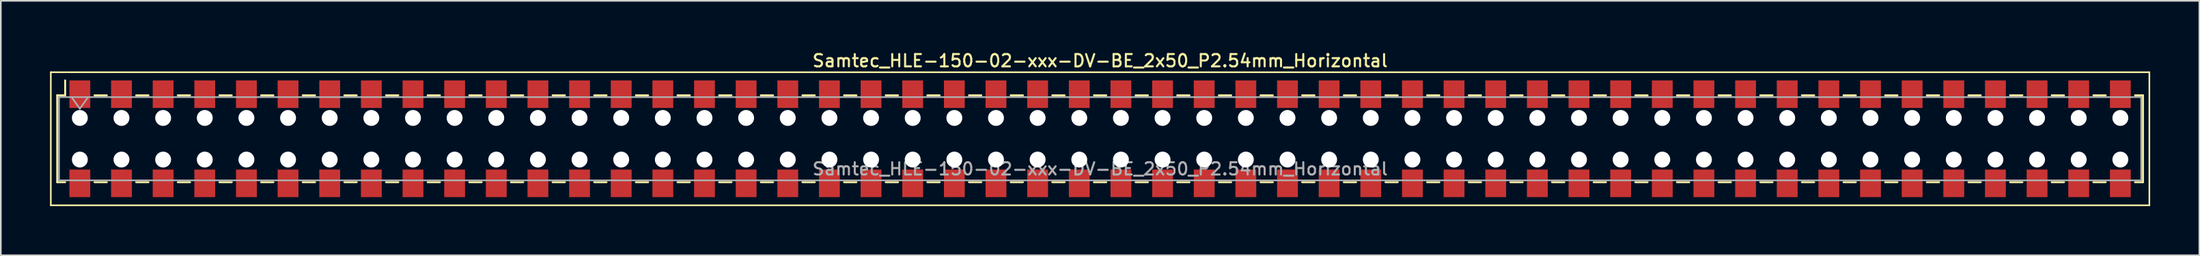
<source format=kicad_pcb>
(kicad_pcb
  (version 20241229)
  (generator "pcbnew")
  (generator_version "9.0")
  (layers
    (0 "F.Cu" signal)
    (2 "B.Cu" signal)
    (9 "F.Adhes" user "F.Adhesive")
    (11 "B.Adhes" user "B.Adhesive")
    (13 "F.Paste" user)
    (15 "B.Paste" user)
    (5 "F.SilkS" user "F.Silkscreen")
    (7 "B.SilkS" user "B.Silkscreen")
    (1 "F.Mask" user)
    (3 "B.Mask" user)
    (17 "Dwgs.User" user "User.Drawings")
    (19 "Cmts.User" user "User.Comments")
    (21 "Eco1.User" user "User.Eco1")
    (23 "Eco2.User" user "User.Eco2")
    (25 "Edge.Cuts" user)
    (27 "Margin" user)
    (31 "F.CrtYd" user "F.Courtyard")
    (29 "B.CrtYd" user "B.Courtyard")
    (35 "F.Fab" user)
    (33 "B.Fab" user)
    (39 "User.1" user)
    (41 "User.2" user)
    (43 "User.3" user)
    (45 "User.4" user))
  (footprint "Samtec_HLE-150-02-xxx-DV-BE_2x50_P2.54mm_Horizontal"
    (layer "F.Cu")
    (at 64.05 5.418)
    (property "Reference" "Samtec_HLE-150-02-xxx-DV-BE_2x50_P2.54mm_Horizontal" (at 0 -4.76 0) (layer "F.SilkS") (effects (font (size 0.75 0.75) (thickness 0.125))))
    (attr smd)
    (fp_line (start -64 -4.06) (end 64 -4.06) (stroke (width 0.1) (type solid)) (layer "F.SilkS"))
    (fp_line (start -64 4.06) (end -64 -4.06) (stroke (width 0.1) (type solid)) (layer "F.SilkS"))
    (fp_line (start -63.61 -2.65) (end -63.61 2.65) (stroke (width 0.12) (type solid)) (layer "F.SilkS"))
    (fp_line (start -63.61 2.65) (end -63.125 2.65) (stroke (width 0.12) (type solid)) (layer "F.SilkS"))
    (fp_line (start -63.125 -3.56) (end -63.125 -2.65) (stroke (width 0.12) (type solid)) (layer "F.SilkS"))
    (fp_line (start -63.125 -2.65) (end -63.61 -2.65) (stroke (width 0.12) (type solid)) (layer "F.SilkS"))
    (fp_line (start -61.335 -2.65) (end -60.585 -2.65) (stroke (width 0.12) (type solid)) (layer "F.SilkS"))
    (fp_line (start -61.335 2.65) (end -60.585 2.65) (stroke (width 0.12) (type solid)) (layer "F.SilkS"))
    (fp_line (start -58.795 -2.65) (end -58.045 -2.65) (stroke (width 0.12) (type solid)) (layer "F.SilkS"))
    (fp_line (start -58.795 2.65) (end -58.045 2.65) (stroke (width 0.12) (type solid)) (layer "F.SilkS"))
    (fp_line (start -56.255 -2.65) (end -55.505 -2.65) (stroke (width 0.12) (type solid)) (layer "F.SilkS"))
    (fp_line (start -56.255 2.65) (end -55.505 2.65) (stroke (width 0.12) (type solid)) (layer "F.SilkS"))
    (fp_line (start -53.715 -2.65) (end -52.965 -2.65) (stroke (width 0.12) (type solid)) (layer "F.SilkS"))
    (fp_line (start -53.715 2.65) (end -52.965 2.65) (stroke (width 0.12) (type solid)) (layer "F.SilkS"))
    (fp_line (start -51.175 -2.65) (end -50.425 -2.65) (stroke (width 0.12) (type solid)) (layer "F.SilkS"))
    (fp_line (start -51.175 2.65) (end -50.425 2.65) (stroke (width 0.12) (type solid)) (layer "F.SilkS"))
    (fp_line (start -48.635 -2.65) (end -47.885 -2.65) (stroke (width 0.12) (type solid)) (layer "F.SilkS"))
    (fp_line (start -48.635 2.65) (end -47.885 2.65) (stroke (width 0.12) (type solid)) (layer "F.SilkS"))
    (fp_line (start -46.095 -2.65) (end -45.345 -2.65) (stroke (width 0.12) (type solid)) (layer "F.SilkS"))
    (fp_line (start -46.095 2.65) (end -45.345 2.65) (stroke (width 0.12) (type solid)) (layer "F.SilkS"))
    (fp_line (start -43.555 -2.65) (end -42.805 -2.65) (stroke (width 0.12) (type solid)) (layer "F.SilkS"))
    (fp_line (start -43.555 2.65) (end -42.805 2.65) (stroke (width 0.12) (type solid)) (layer "F.SilkS"))
    (fp_line (start -41.015 -2.65) (end -40.265 -2.65) (stroke (width 0.12) (type solid)) (layer "F.SilkS"))
    (fp_line (start -41.015 2.65) (end -40.265 2.65) (stroke (width 0.12) (type solid)) (layer "F.SilkS"))
    (fp_line (start -38.475 -2.65) (end -37.725 -2.65) (stroke (width 0.12) (type solid)) (layer "F.SilkS"))
    (fp_line (start -38.475 2.65) (end -37.725 2.65) (stroke (width 0.12) (type solid)) (layer "F.SilkS"))
    (fp_line (start -35.935 -2.65) (end -35.185 -2.65) (stroke (width 0.12) (type solid)) (layer "F.SilkS"))
    (fp_line (start -35.935 2.65) (end -35.185 2.65) (stroke (width 0.12) (type solid)) (layer "F.SilkS"))
    (fp_line (start -33.395 -2.65) (end -32.645 -2.65) (stroke (width 0.12) (type solid)) (layer "F.SilkS"))
    (fp_line (start -33.395 2.65) (end -32.645 2.65) (stroke (width 0.12) (type solid)) (layer "F.SilkS"))
    (fp_line (start -30.855 -2.65) (end -30.105 -2.65) (stroke (width 0.12) (type solid)) (layer "F.SilkS"))
    (fp_line (start -30.855 2.65) (end -30.105 2.65) (stroke (width 0.12) (type solid)) (layer "F.SilkS"))
    (fp_line (start -28.315 -2.65) (end -27.565 -2.65) (stroke (width 0.12) (type solid)) (layer "F.SilkS"))
    (fp_line (start -28.315 2.65) (end -27.565 2.65) (stroke (width 0.12) (type solid)) (layer "F.SilkS"))
    (fp_line (start -25.775 -2.65) (end -25.025 -2.65) (stroke (width 0.12) (type solid)) (layer "F.SilkS"))
    (fp_line (start -25.775 2.65) (end -25.025 2.65) (stroke (width 0.12) (type solid)) (layer "F.SilkS"))
    (fp_line (start -23.235 -2.65) (end -22.485 -2.65) (stroke (width 0.12) (type solid)) (layer "F.SilkS"))
    (fp_line (start -23.235 2.65) (end -22.485 2.65) (stroke (width 0.12) (type solid)) (layer "F.SilkS"))
    (fp_line (start -20.695 -2.65) (end -19.945 -2.65) (stroke (width 0.12) (type solid)) (layer "F.SilkS"))
    (fp_line (start -20.695 2.65) (end -19.945 2.65) (stroke (width 0.12) (type solid)) (layer "F.SilkS"))
    (fp_line (start -18.155 -2.65) (end -17.405 -2.65) (stroke (width 0.12) (type solid)) (layer "F.SilkS"))
    (fp_line (start -18.155 2.65) (end -17.405 2.65) (stroke (width 0.12) (type solid)) (layer "F.SilkS"))
    (fp_line (start -15.615 -2.65) (end -14.865 -2.65) (stroke (width 0.12) (type solid)) (layer "F.SilkS"))
    (fp_line (start -15.615 2.65) (end -14.865 2.65) (stroke (width 0.12) (type solid)) (layer "F.SilkS"))
    (fp_line (start -13.075 -2.65) (end -12.325 -2.65) (stroke (width 0.12) (type solid)) (layer "F.SilkS"))
    (fp_line (start -13.075 2.65) (end -12.325 2.65) (stroke (width 0.12) (type solid)) (layer "F.SilkS"))
    (fp_line (start -10.535 -2.65) (end -9.785 -2.65) (stroke (width 0.12) (type solid)) (layer "F.SilkS"))
    (fp_line (start -10.535 2.65) (end -9.785 2.65) (stroke (width 0.12) (type solid)) (layer "F.SilkS"))
    (fp_line (start -7.995 -2.65) (end -7.245 -2.65) (stroke (width 0.12) (type solid)) (layer "F.SilkS"))
    (fp_line (start -7.995 2.65) (end -7.245 2.65) (stroke (width 0.12) (type solid)) (layer "F.SilkS"))
    (fp_line (start -5.455 -2.65) (end -4.705 -2.65) (stroke (width 0.12) (type solid)) (layer "F.SilkS"))
    (fp_line (start -5.455 2.65) (end -4.705 2.65) (stroke (width 0.12) (type solid)) (layer "F.SilkS"))
    (fp_line (start -2.915 -2.65) (end -2.165 -2.65) (stroke (width 0.12) (type solid)) (layer "F.SilkS"))
    (fp_line (start -2.915 2.65) (end -2.165 2.65) (stroke (width 0.12) (type solid)) (layer "F.SilkS"))
    (fp_line (start -0.375 -2.65) (end 0.375 -2.65) (stroke (width 0.12) (type solid)) (layer "F.SilkS"))
    (fp_line (start -0.375 2.65) (end 0.375 2.65) (stroke (width 0.12) (type solid)) (layer "F.SilkS"))
    (fp_line (start 2.165 -2.65) (end 2.915 -2.65) (stroke (width 0.12) (type solid)) (layer "F.SilkS"))
    (fp_line (start 2.165 2.65) (end 2.915 2.65) (stroke (width 0.12) (type solid)) (layer "F.SilkS"))
    (fp_line (start 4.705 -2.65) (end 5.455 -2.65) (stroke (width 0.12) (type solid)) (layer "F.SilkS"))
    (fp_line (start 4.705 2.65) (end 5.455 2.65) (stroke (width 0.12) (type solid)) (layer "F.SilkS"))
    (fp_line (start 7.245 -2.65) (end 7.995 -2.65) (stroke (width 0.12) (type solid)) (layer "F.SilkS"))
    (fp_line (start 7.245 2.65) (end 7.995 2.65) (stroke (width 0.12) (type solid)) (layer "F.SilkS"))
    (fp_line (start 9.785 -2.65) (end 10.535 -2.65) (stroke (width 0.12) (type solid)) (layer "F.SilkS"))
    (fp_line (start 9.785 2.65) (end 10.535 2.65) (stroke (width 0.12) (type solid)) (layer "F.SilkS"))
    (fp_line (start 12.325 -2.65) (end 13.075 -2.65) (stroke (width 0.12) (type solid)) (layer "F.SilkS"))
    (fp_line (start 12.325 2.65) (end 13.075 2.65) (stroke (width 0.12) (type solid)) (layer "F.SilkS"))
    (fp_line (start 14.865 -2.65) (end 15.615 -2.65) (stroke (width 0.12) (type solid)) (layer "F.SilkS"))
    (fp_line (start 14.865 2.65) (end 15.615 2.65) (stroke (width 0.12) (type solid)) (layer "F.SilkS"))
    (fp_line (start 17.405 -2.65) (end 18.155 -2.65) (stroke (width 0.12) (type solid)) (layer "F.SilkS"))
    (fp_line (start 17.405 2.65) (end 18.155 2.65) (stroke (width 0.12) (type solid)) (layer "F.SilkS"))
    (fp_line (start 19.945 -2.65) (end 20.695 -2.65) (stroke (width 0.12) (type solid)) (layer "F.SilkS"))
    (fp_line (start 19.945 2.65) (end 20.695 2.65) (stroke (width 0.12) (type solid)) (layer "F.SilkS"))
    (fp_line (start 22.485 -2.65) (end 23.235 -2.65) (stroke (width 0.12) (type solid)) (layer "F.SilkS"))
    (fp_line (start 22.485 2.65) (end 23.235 2.65) (stroke (width 0.12) (type solid)) (layer "F.SilkS"))
    (fp_line (start 25.025 -2.65) (end 25.775 -2.65) (stroke (width 0.12) (type solid)) (layer "F.SilkS"))
    (fp_line (start 25.025 2.65) (end 25.775 2.65) (stroke (width 0.12) (type solid)) (layer "F.SilkS"))
    (fp_line (start 27.565 -2.65) (end 28.315 -2.65) (stroke (width 0.12) (type solid)) (layer "F.SilkS"))
    (fp_line (start 27.565 2.65) (end 28.315 2.65) (stroke (width 0.12) (type solid)) (layer "F.SilkS"))
    (fp_line (start 30.105 -2.65) (end 30.855 -2.65) (stroke (width 0.12) (type solid)) (layer "F.SilkS"))
    (fp_line (start 30.105 2.65) (end 30.855 2.65) (stroke (width 0.12) (type solid)) (layer "F.SilkS"))
    (fp_line (start 32.645 -2.65) (end 33.395 -2.65) (stroke (width 0.12) (type solid)) (layer "F.SilkS"))
    (fp_line (start 32.645 2.65) (end 33.395 2.65) (stroke (width 0.12) (type solid)) (layer "F.SilkS"))
    (fp_line (start 35.185 -2.65) (end 35.935 -2.65) (stroke (width 0.12) (type solid)) (layer "F.SilkS"))
    (fp_line (start 35.185 2.65) (end 35.935 2.65) (stroke (width 0.12) (type solid)) (layer "F.SilkS"))
    (fp_line (start 37.725 -2.65) (end 38.475 -2.65) (stroke (width 0.12) (type solid)) (layer "F.SilkS"))
    (fp_line (start 37.725 2.65) (end 38.475 2.65) (stroke (width 0.12) (type solid)) (layer "F.SilkS"))
    (fp_line (start 40.265 -2.65) (end 41.015 -2.65) (stroke (width 0.12) (type solid)) (layer "F.SilkS"))
    (fp_line (start 40.265 2.65) (end 41.015 2.65) (stroke (width 0.12) (type solid)) (layer "F.SilkS"))
    (fp_line (start 42.805 -2.65) (end 43.555 -2.65) (stroke (width 0.12) (type solid)) (layer "F.SilkS"))
    (fp_line (start 42.805 2.65) (end 43.555 2.65) (stroke (width 0.12) (type solid)) (layer "F.SilkS"))
    (fp_line (start 45.345 -2.65) (end 46.095 -2.65) (stroke (width 0.12) (type solid)) (layer "F.SilkS"))
    (fp_line (start 45.345 2.65) (end 46.095 2.65) (stroke (width 0.12) (type solid)) (layer "F.SilkS"))
    (fp_line (start 47.885 -2.65) (end 48.635 -2.65) (stroke (width 0.12) (type solid)) (layer "F.SilkS"))
    (fp_line (start 47.885 2.65) (end 48.635 2.65) (stroke (width 0.12) (type solid)) (layer "F.SilkS"))
    (fp_line (start 50.425 -2.65) (end 51.175 -2.65) (stroke (width 0.12) (type solid)) (layer "F.SilkS"))
    (fp_line (start 50.425 2.65) (end 51.175 2.65) (stroke (width 0.12) (type solid)) (layer "F.SilkS"))
    (fp_line (start 52.965 -2.65) (end 53.715 -2.65) (stroke (width 0.12) (type solid)) (layer "F.SilkS"))
    (fp_line (start 52.965 2.65) (end 53.715 2.65) (stroke (width 0.12) (type solid)) (layer "F.SilkS"))
    (fp_line (start 55.505 -2.65) (end 56.255 -2.65) (stroke (width 0.12) (type solid)) (layer "F.SilkS"))
    (fp_line (start 55.505 2.65) (end 56.255 2.65) (stroke (width 0.12) (type solid)) (layer "F.SilkS"))
    (fp_line (start 58.045 -2.65) (end 58.795 -2.65) (stroke (width 0.12) (type solid)) (layer "F.SilkS"))
    (fp_line (start 58.045 2.65) (end 58.795 2.65) (stroke (width 0.12) (type solid)) (layer "F.SilkS"))
    (fp_line (start 60.585 -2.65) (end 61.335 -2.65) (stroke (width 0.12) (type solid)) (layer "F.SilkS"))
    (fp_line (start 60.585 2.65) (end 61.335 2.65) (stroke (width 0.12) (type solid)) (layer "F.SilkS"))
    (fp_line (start 63.125 -2.65) (end 63.61 -2.65) (stroke (width 0.12) (type solid)) (layer "F.SilkS"))
    (fp_line (start 63.61 -2.65) (end 63.61 2.65) (stroke (width 0.12) (type solid)) (layer "F.SilkS"))
    (fp_line (start 63.61 2.65) (end 63.125 2.65) (stroke (width 0.12) (type solid)) (layer "F.SilkS"))
    (fp_line (start 64 -4.06) (end 64 4.06) (stroke (width 0.1) (type solid)) (layer "F.SilkS"))
    (fp_line (start 64 4.06) (end -64 4.06) (stroke (width 0.1) (type solid)) (layer "F.SilkS"))
    (fp_line (start -63.5 -2.54) (end 63.5 -2.54) (stroke (width 0.1) (type solid)) (layer "F.Fab"))
    (fp_line (start -63.5 2.54) (end -63.5 -2.54) (stroke (width 0.1) (type solid)) (layer "F.Fab"))
    (fp_line (start -62.73 -2.54) (end -62.23 -1.833) (stroke (width 0.1) (type solid)) (layer "F.Fab"))
    (fp_line (start -62.23 -1.833) (end -61.73 -2.54) (stroke (width 0.1) (type solid)) (layer "F.Fab"))
    (fp_line (start 63.5 -2.54) (end 63.5 2.54) (stroke (width 0.1) (type solid)) (layer "F.Fab"))
    (fp_line (start 63.5 2.54) (end -63.5 2.54) (stroke (width 0.1) (type solid)) (layer "F.Fab"))
    (fp_text user "${REFERENCE}" (at 0 1.84 0) (layer "F.Fab") (effects (font (size 0.75 0.75) (thickness 0.125))))
    (pad "" np_thru_hole circle (at -62.23 -1.27) (size 0.97 0.97) (drill 0.97) (layers "*.Cu" "*.Mask"))
    (pad "" np_thru_hole circle (at -62.23 1.27) (size 0.97 0.97) (drill 0.97) (layers "*.Cu" "*.Mask"))
    (pad "" np_thru_hole circle (at -59.69 -1.27) (size 0.97 0.97) (drill 0.97) (layers "*.Cu" "*.Mask"))
    (pad "" np_thru_hole circle (at -59.69 1.27) (size 0.97 0.97) (drill 0.97) (layers "*.Cu" "*.Mask"))
    (pad "" np_thru_hole circle (at -57.15 -1.27) (size 0.97 0.97) (drill 0.97) (layers "*.Cu" "*.Mask"))
    (pad "" np_thru_hole circle (at -57.15 1.27) (size 0.97 0.97) (drill 0.97) (layers "*.Cu" "*.Mask"))
    (pad "" np_thru_hole circle (at -54.61 -1.27) (size 0.97 0.97) (drill 0.97) (layers "*.Cu" "*.Mask"))
    (pad "" np_thru_hole circle (at -54.61 1.27) (size 0.97 0.97) (drill 0.97) (layers "*.Cu" "*.Mask"))
    (pad "" np_thru_hole circle (at -52.07 -1.27) (size 0.97 0.97) (drill 0.97) (layers "*.Cu" "*.Mask"))
    (pad "" np_thru_hole circle (at -52.07 1.27) (size 0.97 0.97) (drill 0.97) (layers "*.Cu" "*.Mask"))
    (pad "" np_thru_hole circle (at -49.53 -1.27) (size 0.97 0.97) (drill 0.97) (layers "*.Cu" "*.Mask"))
    (pad "" np_thru_hole circle (at -49.53 1.27) (size 0.97 0.97) (drill 0.97) (layers "*.Cu" "*.Mask"))
    (pad "" np_thru_hole circle (at -46.99 -1.27) (size 0.97 0.97) (drill 0.97) (layers "*.Cu" "*.Mask"))
    (pad "" np_thru_hole circle (at -46.99 1.27) (size 0.97 0.97) (drill 0.97) (layers "*.Cu" "*.Mask"))
    (pad "" np_thru_hole circle (at -44.45 -1.27) (size 0.97 0.97) (drill 0.97) (layers "*.Cu" "*.Mask"))
    (pad "" np_thru_hole circle (at -44.45 1.27) (size 0.97 0.97) (drill 0.97) (layers "*.Cu" "*.Mask"))
    (pad "" np_thru_hole circle (at -41.91 -1.27) (size 0.97 0.97) (drill 0.97) (layers "*.Cu" "*.Mask"))
    (pad "" np_thru_hole circle (at -41.91 1.27) (size 0.97 0.97) (drill 0.97) (layers "*.Cu" "*.Mask"))
    (pad "" np_thru_hole circle (at -39.37 -1.27) (size 0.97 0.97) (drill 0.97) (layers "*.Cu" "*.Mask"))
    (pad "" np_thru_hole circle (at -39.37 1.27) (size 0.97 0.97) (drill 0.97) (layers "*.Cu" "*.Mask"))
    (pad "" np_thru_hole circle (at -36.83 -1.27) (size 0.97 0.97) (drill 0.97) (layers "*.Cu" "*.Mask"))
    (pad "" np_thru_hole circle (at -36.83 1.27) (size 0.97 0.97) (drill 0.97) (layers "*.Cu" "*.Mask"))
    (pad "" np_thru_hole circle (at -34.29 -1.27) (size 0.97 0.97) (drill 0.97) (layers "*.Cu" "*.Mask"))
    (pad "" np_thru_hole circle (at -34.29 1.27) (size 0.97 0.97) (drill 0.97) (layers "*.Cu" "*.Mask"))
    (pad "" np_thru_hole circle (at -31.75 -1.27) (size 0.97 0.97) (drill 0.97) (layers "*.Cu" "*.Mask"))
    (pad "" np_thru_hole circle (at -31.75 1.27) (size 0.97 0.97) (drill 0.97) (layers "*.Cu" "*.Mask"))
    (pad "" np_thru_hole circle (at -29.21 -1.27) (size 0.97 0.97) (drill 0.97) (layers "*.Cu" "*.Mask"))
    (pad "" np_thru_hole circle (at -29.21 1.27) (size 0.97 0.97) (drill 0.97) (layers "*.Cu" "*.Mask"))
    (pad "" np_thru_hole circle (at -26.67 -1.27) (size 0.97 0.97) (drill 0.97) (layers "*.Cu" "*.Mask"))
    (pad "" np_thru_hole circle (at -26.67 1.27) (size 0.97 0.97) (drill 0.97) (layers "*.Cu" "*.Mask"))
    (pad "" np_thru_hole circle (at -24.13 -1.27) (size 0.97 0.97) (drill 0.97) (layers "*.Cu" "*.Mask"))
    (pad "" np_thru_hole circle (at -24.13 1.27) (size 0.97 0.97) (drill 0.97) (layers "*.Cu" "*.Mask"))
    (pad "" np_thru_hole circle (at -21.59 -1.27) (size 0.97 0.97) (drill 0.97) (layers "*.Cu" "*.Mask"))
    (pad "" np_thru_hole circle (at -21.59 1.27) (size 0.97 0.97) (drill 0.97) (layers "*.Cu" "*.Mask"))
    (pad "" np_thru_hole circle (at -19.05 -1.27) (size 0.97 0.97) (drill 0.97) (layers "*.Cu" "*.Mask"))
    (pad "" np_thru_hole circle (at -19.05 1.27) (size 0.97 0.97) (drill 0.97) (layers "*.Cu" "*.Mask"))
    (pad "" np_thru_hole circle (at -16.51 -1.27) (size 0.97 0.97) (drill 0.97) (layers "*.Cu" "*.Mask"))
    (pad "" np_thru_hole circle (at -16.51 1.27) (size 0.97 0.97) (drill 0.97) (layers "*.Cu" "*.Mask"))
    (pad "" np_thru_hole circle (at -13.97 -1.27) (size 0.97 0.97) (drill 0.97) (layers "*.Cu" "*.Mask"))
    (pad "" np_thru_hole circle (at -13.97 1.27) (size 0.97 0.97) (drill 0.97) (layers "*.Cu" "*.Mask"))
    (pad "" np_thru_hole circle (at -11.43 -1.27) (size 0.97 0.97) (drill 0.97) (layers "*.Cu" "*.Mask"))
    (pad "" np_thru_hole circle (at -11.43 1.27) (size 0.97 0.97) (drill 0.97) (layers "*.Cu" "*.Mask"))
    (pad "" np_thru_hole circle (at -8.89 -1.27) (size 0.97 0.97) (drill 0.97) (layers "*.Cu" "*.Mask"))
    (pad "" np_thru_hole circle (at -8.89 1.27) (size 0.97 0.97) (drill 0.97) (layers "*.Cu" "*.Mask"))
    (pad "" np_thru_hole circle (at -6.35 -1.27) (size 0.97 0.97) (drill 0.97) (layers "*.Cu" "*.Mask"))
    (pad "" np_thru_hole circle (at -6.35 1.27) (size 0.97 0.97) (drill 0.97) (layers "*.Cu" "*.Mask"))
    (pad "" np_thru_hole circle (at -3.81 -1.27) (size 0.97 0.97) (drill 0.97) (layers "*.Cu" "*.Mask"))
    (pad "" np_thru_hole circle (at -3.81 1.27) (size 0.97 0.97) (drill 0.97) (layers "*.Cu" "*.Mask"))
    (pad "" np_thru_hole circle (at -1.27 -1.27) (size 0.97 0.97) (drill 0.97) (layers "*.Cu" "*.Mask"))
    (pad "" np_thru_hole circle (at -1.27 1.27) (size 0.97 0.97) (drill 0.97) (layers "*.Cu" "*.Mask"))
    (pad "" np_thru_hole circle (at 1.27 -1.27) (size 0.97 0.97) (drill 0.97) (layers "*.Cu" "*.Mask"))
    (pad "" np_thru_hole circle (at 1.27 1.27) (size 0.97 0.97) (drill 0.97) (layers "*.Cu" "*.Mask"))
    (pad "" np_thru_hole circle (at 3.81 -1.27) (size 0.97 0.97) (drill 0.97) (layers "*.Cu" "*.Mask"))
    (pad "" np_thru_hole circle (at 3.81 1.27) (size 0.97 0.97) (drill 0.97) (layers "*.Cu" "*.Mask"))
    (pad "" np_thru_hole circle (at 6.35 -1.27) (size 0.97 0.97) (drill 0.97) (layers "*.Cu" "*.Mask"))
    (pad "" np_thru_hole circle (at 6.35 1.27) (size 0.97 0.97) (drill 0.97) (layers "*.Cu" "*.Mask"))
    (pad "" np_thru_hole circle (at 8.89 -1.27) (size 0.97 0.97) (drill 0.97) (layers "*.Cu" "*.Mask"))
    (pad "" np_thru_hole circle (at 8.89 1.27) (size 0.97 0.97) (drill 0.97) (layers "*.Cu" "*.Mask"))
    (pad "" np_thru_hole circle (at 11.43 -1.27) (size 0.97 0.97) (drill 0.97) (layers "*.Cu" "*.Mask"))
    (pad "" np_thru_hole circle (at 11.43 1.27) (size 0.97 0.97) (drill 0.97) (layers "*.Cu" "*.Mask"))
    (pad "" np_thru_hole circle (at 13.97 -1.27) (size 0.97 0.97) (drill 0.97) (layers "*.Cu" "*.Mask"))
    (pad "" np_thru_hole circle (at 13.97 1.27) (size 0.97 0.97) (drill 0.97) (layers "*.Cu" "*.Mask"))
    (pad "" np_thru_hole circle (at 16.51 -1.27) (size 0.97 0.97) (drill 0.97) (layers "*.Cu" "*.Mask"))
    (pad "" np_thru_hole circle (at 16.51 1.27) (size 0.97 0.97) (drill 0.97) (layers "*.Cu" "*.Mask"))
    (pad "" np_thru_hole circle (at 19.05 -1.27) (size 0.97 0.97) (drill 0.97) (layers "*.Cu" "*.Mask"))
    (pad "" np_thru_hole circle (at 19.05 1.27) (size 0.97 0.97) (drill 0.97) (layers "*.Cu" "*.Mask"))
    (pad "" np_thru_hole circle (at 21.59 -1.27) (size 0.97 0.97) (drill 0.97) (layers "*.Cu" "*.Mask"))
    (pad "" np_thru_hole circle (at 21.59 1.27) (size 0.97 0.97) (drill 0.97) (layers "*.Cu" "*.Mask"))
    (pad "" np_thru_hole circle (at 24.13 -1.27) (size 0.97 0.97) (drill 0.97) (layers "*.Cu" "*.Mask"))
    (pad "" np_thru_hole circle (at 24.13 1.27) (size 0.97 0.97) (drill 0.97) (layers "*.Cu" "*.Mask"))
    (pad "" np_thru_hole circle (at 26.67 -1.27) (size 0.97 0.97) (drill 0.97) (layers "*.Cu" "*.Mask"))
    (pad "" np_thru_hole circle (at 26.67 1.27) (size 0.97 0.97) (drill 0.97) (layers "*.Cu" "*.Mask"))
    (pad "" np_thru_hole circle (at 29.21 -1.27) (size 0.97 0.97) (drill 0.97) (layers "*.Cu" "*.Mask"))
    (pad "" np_thru_hole circle (at 29.21 1.27) (size 0.97 0.97) (drill 0.97) (layers "*.Cu" "*.Mask"))
    (pad "" np_thru_hole circle (at 31.75 -1.27) (size 0.97 0.97) (drill 0.97) (layers "*.Cu" "*.Mask"))
    (pad "" np_thru_hole circle (at 31.75 1.27) (size 0.97 0.97) (drill 0.97) (layers "*.Cu" "*.Mask"))
    (pad "" np_thru_hole circle (at 34.29 -1.27) (size 0.97 0.97) (drill 0.97) (layers "*.Cu" "*.Mask"))
    (pad "" np_thru_hole circle (at 34.29 1.27) (size 0.97 0.97) (drill 0.97) (layers "*.Cu" "*.Mask"))
    (pad "" np_thru_hole circle (at 36.83 -1.27) (size 0.97 0.97) (drill 0.97) (layers "*.Cu" "*.Mask"))
    (pad "" np_thru_hole circle (at 36.83 1.27) (size 0.97 0.97) (drill 0.97) (layers "*.Cu" "*.Mask"))
    (pad "" np_thru_hole circle (at 39.37 -1.27) (size 0.97 0.97) (drill 0.97) (layers "*.Cu" "*.Mask"))
    (pad "" np_thru_hole circle (at 39.37 1.27) (size 0.97 0.97) (drill 0.97) (layers "*.Cu" "*.Mask"))
    (pad "" np_thru_hole circle (at 41.91 -1.27) (size 0.97 0.97) (drill 0.97) (layers "*.Cu" "*.Mask"))
    (pad "" np_thru_hole circle (at 41.91 1.27) (size 0.97 0.97) (drill 0.97) (layers "*.Cu" "*.Mask"))
    (pad "" np_thru_hole circle (at 44.45 -1.27) (size 0.97 0.97) (drill 0.97) (layers "*.Cu" "*.Mask"))
    (pad "" np_thru_hole circle (at 44.45 1.27) (size 0.97 0.97) (drill 0.97) (layers "*.Cu" "*.Mask"))
    (pad "" np_thru_hole circle (at 46.99 -1.27) (size 0.97 0.97) (drill 0.97) (layers "*.Cu" "*.Mask"))
    (pad "" np_thru_hole circle (at 46.99 1.27) (size 0.97 0.97) (drill 0.97) (layers "*.Cu" "*.Mask"))
    (pad "" np_thru_hole circle (at 49.53 -1.27) (size 0.97 0.97) (drill 0.97) (layers "*.Cu" "*.Mask"))
    (pad "" np_thru_hole circle (at 49.53 1.27) (size 0.97 0.97) (drill 0.97) (layers "*.Cu" "*.Mask"))
    (pad "" np_thru_hole circle (at 52.07 -1.27) (size 0.97 0.97) (drill 0.97) (layers "*.Cu" "*.Mask"))
    (pad "" np_thru_hole circle (at 52.07 1.27) (size 0.97 0.97) (drill 0.97) (layers "*.Cu" "*.Mask"))
    (pad "" np_thru_hole circle (at 54.61 -1.27) (size 0.97 0.97) (drill 0.97) (layers "*.Cu" "*.Mask"))
    (pad "" np_thru_hole circle (at 54.61 1.27) (size 0.97 0.97) (drill 0.97) (layers "*.Cu" "*.Mask"))
    (pad "" np_thru_hole circle (at 57.15 -1.27) (size 0.97 0.97) (drill 0.97) (layers "*.Cu" "*.Mask"))
    (pad "" np_thru_hole circle (at 57.15 1.27) (size 0.97 0.97) (drill 0.97) (layers "*.Cu" "*.Mask"))
    (pad "" np_thru_hole circle (at 59.69 -1.27) (size 0.97 0.97) (drill 0.97) (layers "*.Cu" "*.Mask"))
    (pad "" np_thru_hole circle (at 59.69 1.27) (size 0.97 0.97) (drill 0.97) (layers "*.Cu" "*.Mask"))
    (pad "" np_thru_hole circle (at 62.23 -1.27) (size 0.97 0.97) (drill 0.97) (layers "*.Cu" "*.Mask"))
    (pad "" np_thru_hole circle (at 62.23 1.27) (size 0.97 0.97) (drill 0.97) (layers "*.Cu" "*.Mask"))
    (pad "1" smd rect (at -62.23 -2.72) (size 1.27 1.68) (layers "F.Cu" "F.Mask" "F.Paste"))
    (pad "2" smd rect (at -62.23 2.72) (size 1.27 1.68) (layers "F.Cu" "F.Mask" "F.Paste"))
    (pad "3" smd rect (at -59.69 -2.72) (size 1.27 1.68) (layers "F.Cu" "F.Mask" "F.Paste"))
    (pad "4" smd rect (at -59.69 2.72) (size 1.27 1.68) (layers "F.Cu" "F.Mask" "F.Paste"))
    (pad "5" smd rect (at -57.15 -2.72) (size 1.27 1.68) (layers "F.Cu" "F.Mask" "F.Paste"))
    (pad "6" smd rect (at -57.15 2.72) (size 1.27 1.68) (layers "F.Cu" "F.Mask" "F.Paste"))
    (pad "7" smd rect (at -54.61 -2.72) (size 1.27 1.68) (layers "F.Cu" "F.Mask" "F.Paste"))
    (pad "8" smd rect (at -54.61 2.72) (size 1.27 1.68) (layers "F.Cu" "F.Mask" "F.Paste"))
    (pad "9" smd rect (at -52.07 -2.72) (size 1.27 1.68) (layers "F.Cu" "F.Mask" "F.Paste"))
    (pad "10" smd rect (at -52.07 2.72) (size 1.27 1.68) (layers "F.Cu" "F.Mask" "F.Paste"))
    (pad "11" smd rect (at -49.53 -2.72) (size 1.27 1.68) (layers "F.Cu" "F.Mask" "F.Paste"))
    (pad "12" smd rect (at -49.53 2.72) (size 1.27 1.68) (layers "F.Cu" "F.Mask" "F.Paste"))
    (pad "13" smd rect (at -46.99 -2.72) (size 1.27 1.68) (layers "F.Cu" "F.Mask" "F.Paste"))
    (pad "14" smd rect (at -46.99 2.72) (size 1.27 1.68) (layers "F.Cu" "F.Mask" "F.Paste"))
    (pad "15" smd rect (at -44.45 -2.72) (size 1.27 1.68) (layers "F.Cu" "F.Mask" "F.Paste"))
    (pad "16" smd rect (at -44.45 2.72) (size 1.27 1.68) (layers "F.Cu" "F.Mask" "F.Paste"))
    (pad "17" smd rect (at -41.91 -2.72) (size 1.27 1.68) (layers "F.Cu" "F.Mask" "F.Paste"))
    (pad "18" smd rect (at -41.91 2.72) (size 1.27 1.68) (layers "F.Cu" "F.Mask" "F.Paste"))
    (pad "19" smd rect (at -39.37 -2.72) (size 1.27 1.68) (layers "F.Cu" "F.Mask" "F.Paste"))
    (pad "20" smd rect (at -39.37 2.72) (size 1.27 1.68) (layers "F.Cu" "F.Mask" "F.Paste"))
    (pad "21" smd rect (at -36.83 -2.72) (size 1.27 1.68) (layers "F.Cu" "F.Mask" "F.Paste"))
    (pad "22" smd rect (at -36.83 2.72) (size 1.27 1.68) (layers "F.Cu" "F.Mask" "F.Paste"))
    (pad "23" smd rect (at -34.29 -2.72) (size 1.27 1.68) (layers "F.Cu" "F.Mask" "F.Paste"))
    (pad "24" smd rect (at -34.29 2.72) (size 1.27 1.68) (layers "F.Cu" "F.Mask" "F.Paste"))
    (pad "25" smd rect (at -31.75 -2.72) (size 1.27 1.68) (layers "F.Cu" "F.Mask" "F.Paste"))
    (pad "26" smd rect (at -31.75 2.72) (size 1.27 1.68) (layers "F.Cu" "F.Mask" "F.Paste"))
    (pad "27" smd rect (at -29.21 -2.72) (size 1.27 1.68) (layers "F.Cu" "F.Mask" "F.Paste"))
    (pad "28" smd rect (at -29.21 2.72) (size 1.27 1.68) (layers "F.Cu" "F.Mask" "F.Paste"))
    (pad "29" smd rect (at -26.67 -2.72) (size 1.27 1.68) (layers "F.Cu" "F.Mask" "F.Paste"))
    (pad "30" smd rect (at -26.67 2.72) (size 1.27 1.68) (layers "F.Cu" "F.Mask" "F.Paste"))
    (pad "31" smd rect (at -24.13 -2.72) (size 1.27 1.68) (layers "F.Cu" "F.Mask" "F.Paste"))
    (pad "32" smd rect (at -24.13 2.72) (size 1.27 1.68) (layers "F.Cu" "F.Mask" "F.Paste"))
    (pad "33" smd rect (at -21.59 -2.72) (size 1.27 1.68) (layers "F.Cu" "F.Mask" "F.Paste"))
    (pad "34" smd rect (at -21.59 2.72) (size 1.27 1.68) (layers "F.Cu" "F.Mask" "F.Paste"))
    (pad "35" smd rect (at -19.05 -2.72) (size 1.27 1.68) (layers "F.Cu" "F.Mask" "F.Paste"))
    (pad "36" smd rect (at -19.05 2.72) (size 1.27 1.68) (layers "F.Cu" "F.Mask" "F.Paste"))
    (pad "37" smd rect (at -16.51 -2.72) (size 1.27 1.68) (layers "F.Cu" "F.Mask" "F.Paste"))
    (pad "38" smd rect (at -16.51 2.72) (size 1.27 1.68) (layers "F.Cu" "F.Mask" "F.Paste"))
    (pad "39" smd rect (at -13.97 -2.72) (size 1.27 1.68) (layers "F.Cu" "F.Mask" "F.Paste"))
    (pad "40" smd rect (at -13.97 2.72) (size 1.27 1.68) (layers "F.Cu" "F.Mask" "F.Paste"))
    (pad "41" smd rect (at -11.43 -2.72) (size 1.27 1.68) (layers "F.Cu" "F.Mask" "F.Paste"))
    (pad "42" smd rect (at -11.43 2.72) (size 1.27 1.68) (layers "F.Cu" "F.Mask" "F.Paste"))
    (pad "43" smd rect (at -8.89 -2.72) (size 1.27 1.68) (layers "F.Cu" "F.Mask" "F.Paste"))
    (pad "44" smd rect (at -8.89 2.72) (size 1.27 1.68) (layers "F.Cu" "F.Mask" "F.Paste"))
    (pad "45" smd rect (at -6.35 -2.72) (size 1.27 1.68) (layers "F.Cu" "F.Mask" "F.Paste"))
    (pad "46" smd rect (at -6.35 2.72) (size 1.27 1.68) (layers "F.Cu" "F.Mask" "F.Paste"))
    (pad "47" smd rect (at -3.81 -2.72) (size 1.27 1.68) (layers "F.Cu" "F.Mask" "F.Paste"))
    (pad "48" smd rect (at -3.81 2.72) (size 1.27 1.68) (layers "F.Cu" "F.Mask" "F.Paste"))
    (pad "49" smd rect (at -1.27 -2.72) (size 1.27 1.68) (layers "F.Cu" "F.Mask" "F.Paste"))
    (pad "50" smd rect (at -1.27 2.72) (size 1.27 1.68) (layers "F.Cu" "F.Mask" "F.Paste"))
    (pad "51" smd rect (at 1.27 -2.72) (size 1.27 1.68) (layers "F.Cu" "F.Mask" "F.Paste"))
    (pad "52" smd rect (at 1.27 2.72) (size 1.27 1.68) (layers "F.Cu" "F.Mask" "F.Paste"))
    (pad "53" smd rect (at 3.81 -2.72) (size 1.27 1.68) (layers "F.Cu" "F.Mask" "F.Paste"))
    (pad "54" smd rect (at 3.81 2.72) (size 1.27 1.68) (layers "F.Cu" "F.Mask" "F.Paste"))
    (pad "55" smd rect (at 6.35 -2.72) (size 1.27 1.68) (layers "F.Cu" "F.Mask" "F.Paste"))
    (pad "56" smd rect (at 6.35 2.72) (size 1.27 1.68) (layers "F.Cu" "F.Mask" "F.Paste"))
    (pad "57" smd rect (at 8.89 -2.72) (size 1.27 1.68) (layers "F.Cu" "F.Mask" "F.Paste"))
    (pad "58" smd rect (at 8.89 2.72) (size 1.27 1.68) (layers "F.Cu" "F.Mask" "F.Paste"))
    (pad "59" smd rect (at 11.43 -2.72) (size 1.27 1.68) (layers "F.Cu" "F.Mask" "F.Paste"))
    (pad "60" smd rect (at 11.43 2.72) (size 1.27 1.68) (layers "F.Cu" "F.Mask" "F.Paste"))
    (pad "61" smd rect (at 13.97 -2.72) (size 1.27 1.68) (layers "F.Cu" "F.Mask" "F.Paste"))
    (pad "62" smd rect (at 13.97 2.72) (size 1.27 1.68) (layers "F.Cu" "F.Mask" "F.Paste"))
    (pad "63" smd rect (at 16.51 -2.72) (size 1.27 1.68) (layers "F.Cu" "F.Mask" "F.Paste"))
    (pad "64" smd rect (at 16.51 2.72) (size 1.27 1.68) (layers "F.Cu" "F.Mask" "F.Paste"))
    (pad "65" smd rect (at 19.05 -2.72) (size 1.27 1.68) (layers "F.Cu" "F.Mask" "F.Paste"))
    (pad "66" smd rect (at 19.05 2.72) (size 1.27 1.68) (layers "F.Cu" "F.Mask" "F.Paste"))
    (pad "67" smd rect (at 21.59 -2.72) (size 1.27 1.68) (layers "F.Cu" "F.Mask" "F.Paste"))
    (pad "68" smd rect (at 21.59 2.72) (size 1.27 1.68) (layers "F.Cu" "F.Mask" "F.Paste"))
    (pad "69" smd rect (at 24.13 -2.72) (size 1.27 1.68) (layers "F.Cu" "F.Mask" "F.Paste"))
    (pad "70" smd rect (at 24.13 2.72) (size 1.27 1.68) (layers "F.Cu" "F.Mask" "F.Paste"))
    (pad "71" smd rect (at 26.67 -2.72) (size 1.27 1.68) (layers "F.Cu" "F.Mask" "F.Paste"))
    (pad "72" smd rect (at 26.67 2.72) (size 1.27 1.68) (layers "F.Cu" "F.Mask" "F.Paste"))
    (pad "73" smd rect (at 29.21 -2.72) (size 1.27 1.68) (layers "F.Cu" "F.Mask" "F.Paste"))
    (pad "74" smd rect (at 29.21 2.72) (size 1.27 1.68) (layers "F.Cu" "F.Mask" "F.Paste"))
    (pad "75" smd rect (at 31.75 -2.72) (size 1.27 1.68) (layers "F.Cu" "F.Mask" "F.Paste"))
    (pad "76" smd rect (at 31.75 2.72) (size 1.27 1.68) (layers "F.Cu" "F.Mask" "F.Paste"))
    (pad "77" smd rect (at 34.29 -2.72) (size 1.27 1.68) (layers "F.Cu" "F.Mask" "F.Paste"))
    (pad "78" smd rect (at 34.29 2.72) (size 1.27 1.68) (layers "F.Cu" "F.Mask" "F.Paste"))
    (pad "79" smd rect (at 36.83 -2.72) (size 1.27 1.68) (layers "F.Cu" "F.Mask" "F.Paste"))
    (pad "80" smd rect (at 36.83 2.72) (size 1.27 1.68) (layers "F.Cu" "F.Mask" "F.Paste"))
    (pad "81" smd rect (at 39.37 -2.72) (size 1.27 1.68) (layers "F.Cu" "F.Mask" "F.Paste"))
    (pad "82" smd rect (at 39.37 2.72) (size 1.27 1.68) (layers "F.Cu" "F.Mask" "F.Paste"))
    (pad "83" smd rect (at 41.91 -2.72) (size 1.27 1.68) (layers "F.Cu" "F.Mask" "F.Paste"))
    (pad "84" smd rect (at 41.91 2.72) (size 1.27 1.68) (layers "F.Cu" "F.Mask" "F.Paste"))
    (pad "85" smd rect (at 44.45 -2.72) (size 1.27 1.68) (layers "F.Cu" "F.Mask" "F.Paste"))
    (pad "86" smd rect (at 44.45 2.72) (size 1.27 1.68) (layers "F.Cu" "F.Mask" "F.Paste"))
    (pad "87" smd rect (at 46.99 -2.72) (size 1.27 1.68) (layers "F.Cu" "F.Mask" "F.Paste"))
    (pad "88" smd rect (at 46.99 2.72) (size 1.27 1.68) (layers "F.Cu" "F.Mask" "F.Paste"))
    (pad "89" smd rect (at 49.53 -2.72) (size 1.27 1.68) (layers "F.Cu" "F.Mask" "F.Paste"))
    (pad "90" smd rect (at 49.53 2.72) (size 1.27 1.68) (layers "F.Cu" "F.Mask" "F.Paste"))
    (pad "91" smd rect (at 52.07 -2.72) (size 1.27 1.68) (layers "F.Cu" "F.Mask" "F.Paste"))
    (pad "92" smd rect (at 52.07 2.72) (size 1.27 1.68) (layers "F.Cu" "F.Mask" "F.Paste"))
    (pad "93" smd rect (at 54.61 -2.72) (size 1.27 1.68) (layers "F.Cu" "F.Mask" "F.Paste"))
    (pad "94" smd rect (at 54.61 2.72) (size 1.27 1.68) (layers "F.Cu" "F.Mask" "F.Paste"))
    (pad "95" smd rect (at 57.15 -2.72) (size 1.27 1.68) (layers "F.Cu" "F.Mask" "F.Paste"))
    (pad "96" smd rect (at 57.15 2.72) (size 1.27 1.68) (layers "F.Cu" "F.Mask" "F.Paste"))
    (pad "97" smd rect (at 59.69 -2.72) (size 1.27 1.68) (layers "F.Cu" "F.Mask" "F.Paste"))
    (pad "98" smd rect (at 59.69 2.72) (size 1.27 1.68) (layers "F.Cu" "F.Mask" "F.Paste"))
    (pad "99" smd rect (at 62.23 -2.72) (size 1.27 1.68) (layers "F.Cu" "F.Mask" "F.Paste"))
    (pad "100" smd rect (at 62.23 2.72) (size 1.27 1.68) (layers "F.Cu" "F.Mask" "F.Paste")))
  (gr_rect
    (start -3 -3)
    (end 131.1 12.528)
    (stroke (width 0.1) (type default))
    (fill no)
    (layer "Edge.Cuts")))
</source>
